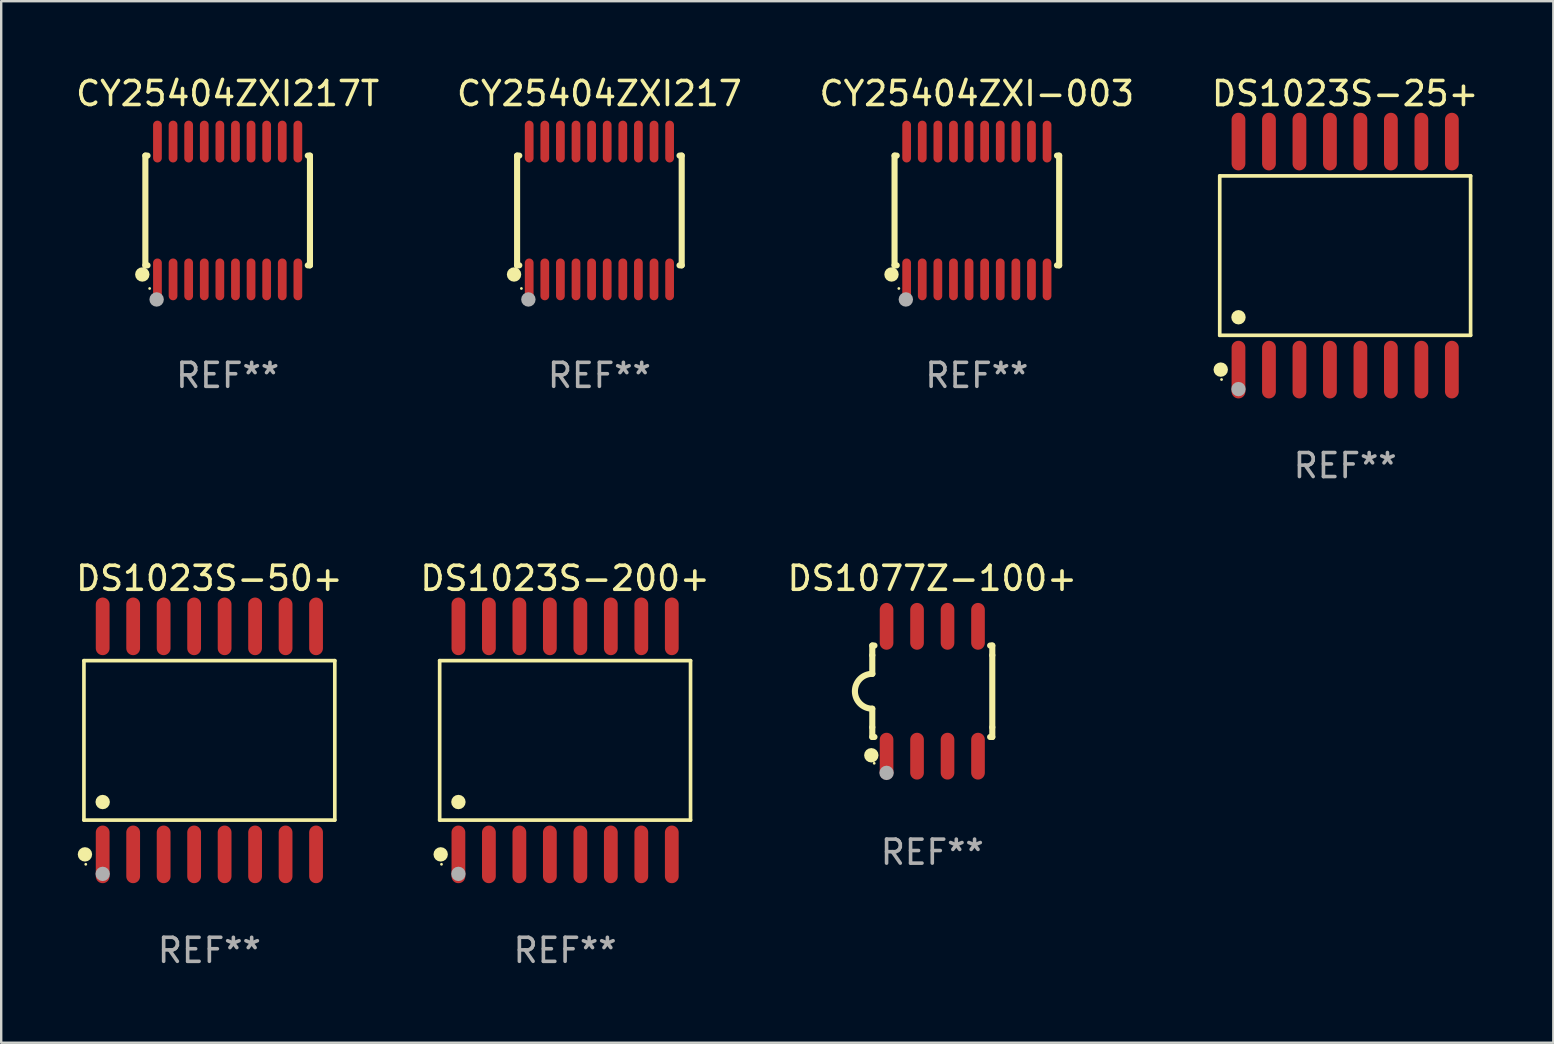
<source format=kicad_pcb>
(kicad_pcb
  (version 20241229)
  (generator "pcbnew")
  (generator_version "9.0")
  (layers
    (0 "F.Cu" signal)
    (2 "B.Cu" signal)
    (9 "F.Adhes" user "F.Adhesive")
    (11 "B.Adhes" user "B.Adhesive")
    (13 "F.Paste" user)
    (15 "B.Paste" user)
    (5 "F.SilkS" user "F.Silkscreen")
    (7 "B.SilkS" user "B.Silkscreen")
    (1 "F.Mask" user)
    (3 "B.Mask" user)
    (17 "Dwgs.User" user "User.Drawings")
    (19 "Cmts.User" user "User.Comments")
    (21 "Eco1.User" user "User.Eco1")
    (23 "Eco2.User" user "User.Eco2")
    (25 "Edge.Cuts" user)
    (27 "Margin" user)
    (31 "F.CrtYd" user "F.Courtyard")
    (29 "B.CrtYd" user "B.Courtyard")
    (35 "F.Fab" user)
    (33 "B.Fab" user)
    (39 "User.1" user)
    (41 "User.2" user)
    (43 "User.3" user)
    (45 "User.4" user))
  (footprint "CY25404ZXI217"
    (layer "F.Cu")
    (at 21.923 5.719)
    (property "Reference" "CY25404ZXI217" (at 0 -4.871 0) (layer "F.SilkS") (effects (font (size 1 1) (thickness 0.15))))
    (attr through_hole)
    (fp_line (start -3.429 -2.286) (end -3.429 2.286) (stroke (width 0.254) (type solid)) (layer "F.SilkS"))
    (fp_line (start -3.429 2.286) (end -3.338 2.286) (stroke (width 0.254) (type solid)) (layer "F.SilkS"))
    (fp_line (start -3.338 -2.286) (end -3.429 -2.286) (stroke (width 0.254) (type solid)) (layer "F.SilkS"))
    (fp_line (start 3.338 -2.286) (end 3.429 -2.286) (stroke (width 0.254) (type solid)) (layer "F.SilkS"))
    (fp_line (start 3.429 -2.286) (end 3.429 2.286) (stroke (width 0.254) (type solid)) (layer "F.SilkS"))
    (fp_line (start 3.429 2.286) (end 3.338 2.286) (stroke (width 0.254) (type solid)) (layer "F.SilkS"))
    (fp_circle (center -3.556 2.667) (end -3.406 2.667) (stroke (width 0.3) (type solid)) (fill no) (layer "F.SilkS"))
    (fp_circle (center -3.25 3.25) (end -3.22 3.25) (stroke (width 0.06) (type solid)) (fill no) (layer "F.SilkS"))
    (fp_circle (center -2.959 3.707) (end -2.808 3.707) (stroke (width 0.3) (type solid)) (fill no) (layer "F.Fab"))
    (fp_text user "REF**" (at 0 6.871 0) (layer "F.Fab") (effects (font (size 1 1) (thickness 0.15))))
    (pad "1" smd oval (at -2.925 2.871) (size 0.364 1.742) (layers "F.Cu" "F.Mask" "F.Paste"))
    (pad "2" smd oval (at -2.275 2.871) (size 0.364 1.742) (layers "F.Cu" "F.Mask" "F.Paste"))
    (pad "3" smd oval (at -1.625 2.871) (size 0.364 1.742) (layers "F.Cu" "F.Mask" "F.Paste"))
    (pad "4" smd oval (at -0.975 2.871) (size 0.364 1.742) (layers "F.Cu" "F.Mask" "F.Paste"))
    (pad "5" smd oval (at -0.325 2.871) (size 0.364 1.742) (layers "F.Cu" "F.Mask" "F.Paste"))
    (pad "6" smd oval (at 0.325 2.871) (size 0.364 1.742) (layers "F.Cu" "F.Mask" "F.Paste"))
    (pad "7" smd oval (at 0.975 2.871) (size 0.364 1.742) (layers "F.Cu" "F.Mask" "F.Paste"))
    (pad "8" smd oval (at 1.625 2.871) (size 0.364 1.742) (layers "F.Cu" "F.Mask" "F.Paste"))
    (pad "9" smd oval (at 2.275 2.871) (size 0.364 1.742) (layers "F.Cu" "F.Mask" "F.Paste"))
    (pad "10" smd oval (at 2.925 2.871) (size 0.364 1.742) (layers "F.Cu" "F.Mask" "F.Paste"))
    (pad "11" smd oval (at 2.925 -2.871) (size 0.364 1.742) (layers "F.Cu" "F.Mask" "F.Paste"))
    (pad "12" smd oval (at 2.275 -2.871) (size 0.364 1.742) (layers "F.Cu" "F.Mask" "F.Paste"))
    (pad "13" smd oval (at 1.625 -2.871) (size 0.364 1.742) (layers "F.Cu" "F.Mask" "F.Paste"))
    (pad "14" smd oval (at 0.975 -2.871) (size 0.364 1.742) (layers "F.Cu" "F.Mask" "F.Paste"))
    (pad "15" smd oval (at 0.325 -2.871) (size 0.364 1.742) (layers "F.Cu" "F.Mask" "F.Paste"))
    (pad "16" smd oval (at -0.325 -2.871) (size 0.364 1.742) (layers "F.Cu" "F.Mask" "F.Paste"))
    (pad "17" smd oval (at -0.975 -2.871) (size 0.364 1.742) (layers "F.Cu" "F.Mask" "F.Paste"))
    (pad "18" smd oval (at -1.625 -2.871) (size 0.364 1.742) (layers "F.Cu" "F.Mask" "F.Paste"))
    (pad "19" smd oval (at -2.275 -2.871) (size 0.364 1.742) (layers "F.Cu" "F.Mask" "F.Paste"))
    (pad "20" smd oval (at -2.925 -2.871) (size 0.364 1.742) (layers "F.Cu" "F.Mask" "F.Paste")))
  (footprint "CY25404ZXI-003"
    (layer "F.Cu")
    (at 37.649 5.719)
    (property "Reference" "CY25404ZXI-003" (at 0 -4.871 0) (layer "F.SilkS") (effects (font (size 1 1) (thickness 0.15))))
    (attr through_hole)
    (fp_line (start -3.429 -2.286) (end -3.429 2.286) (stroke (width 0.254) (type solid)) (layer "F.SilkS"))
    (fp_line (start -3.429 2.286) (end -3.338 2.286) (stroke (width 0.254) (type solid)) (layer "F.SilkS"))
    (fp_line (start -3.338 -2.286) (end -3.429 -2.286) (stroke (width 0.254) (type solid)) (layer "F.SilkS"))
    (fp_line (start 3.338 -2.286) (end 3.429 -2.286) (stroke (width 0.254) (type solid)) (layer "F.SilkS"))
    (fp_line (start 3.429 -2.286) (end 3.429 2.286) (stroke (width 0.254) (type solid)) (layer "F.SilkS"))
    (fp_line (start 3.429 2.286) (end 3.338 2.286) (stroke (width 0.254) (type solid)) (layer "F.SilkS"))
    (fp_circle (center -3.556 2.667) (end -3.406 2.667) (stroke (width 0.3) (type solid)) (fill no) (layer "F.SilkS"))
    (fp_circle (center -3.25 3.25) (end -3.22 3.25) (stroke (width 0.06) (type solid)) (fill no) (layer "F.SilkS"))
    (fp_circle (center -2.959 3.707) (end -2.808 3.707) (stroke (width 0.3) (type solid)) (fill no) (layer "F.Fab"))
    (fp_text user "REF**" (at 0 6.871 0) (layer "F.Fab") (effects (font (size 1 1) (thickness 0.15))))
    (pad "1" smd oval (at -2.925 2.871) (size 0.364 1.742) (layers "F.Cu" "F.Mask" "F.Paste"))
    (pad "2" smd oval (at -2.275 2.871) (size 0.364 1.742) (layers "F.Cu" "F.Mask" "F.Paste"))
    (pad "3" smd oval (at -1.625 2.871) (size 0.364 1.742) (layers "F.Cu" "F.Mask" "F.Paste"))
    (pad "4" smd oval (at -0.975 2.871) (size 0.364 1.742) (layers "F.Cu" "F.Mask" "F.Paste"))
    (pad "5" smd oval (at -0.325 2.871) (size 0.364 1.742) (layers "F.Cu" "F.Mask" "F.Paste"))
    (pad "6" smd oval (at 0.325 2.871) (size 0.364 1.742) (layers "F.Cu" "F.Mask" "F.Paste"))
    (pad "7" smd oval (at 0.975 2.871) (size 0.364 1.742) (layers "F.Cu" "F.Mask" "F.Paste"))
    (pad "8" smd oval (at 1.625 2.871) (size 0.364 1.742) (layers "F.Cu" "F.Mask" "F.Paste"))
    (pad "9" smd oval (at 2.275 2.871) (size 0.364 1.742) (layers "F.Cu" "F.Mask" "F.Paste"))
    (pad "10" smd oval (at 2.925 2.871) (size 0.364 1.742) (layers "F.Cu" "F.Mask" "F.Paste"))
    (pad "11" smd oval (at 2.925 -2.871) (size 0.364 1.742) (layers "F.Cu" "F.Mask" "F.Paste"))
    (pad "12" smd oval (at 2.275 -2.871) (size 0.364 1.742) (layers "F.Cu" "F.Mask" "F.Paste"))
    (pad "13" smd oval (at 1.625 -2.871) (size 0.364 1.742) (layers "F.Cu" "F.Mask" "F.Paste"))
    (pad "14" smd oval (at 0.975 -2.871) (size 0.364 1.742) (layers "F.Cu" "F.Mask" "F.Paste"))
    (pad "15" smd oval (at 0.325 -2.871) (size 0.364 1.742) (layers "F.Cu" "F.Mask" "F.Paste"))
    (pad "16" smd oval (at -0.325 -2.871) (size 0.364 1.742) (layers "F.Cu" "F.Mask" "F.Paste"))
    (pad "17" smd oval (at -0.975 -2.871) (size 0.364 1.742) (layers "F.Cu" "F.Mask" "F.Paste"))
    (pad "18" smd oval (at -1.625 -2.871) (size 0.364 1.742) (layers "F.Cu" "F.Mask" "F.Paste"))
    (pad "19" smd oval (at -2.275 -2.871) (size 0.364 1.742) (layers "F.Cu" "F.Mask" "F.Paste"))
    (pad "20" smd oval (at -2.925 -2.871) (size 0.364 1.742) (layers "F.Cu" "F.Mask" "F.Paste")))
  (footprint "DS1023S-50+"
    (layer "F.Cu")
    (at 5.673 27.796)
    (property "Reference" "DS1023S-50+" (at 0 -6.75 0) (layer "F.SilkS") (effects (font (size 1 1) (thickness 0.15))))
    (attr through_hole)
    (fp_line (start -5.226 -3.321) (end 5.226 -3.321) (stroke (width 0.152) (type solid)) (layer "F.SilkS"))
    (fp_line (start -5.226 3.321) (end -5.226 -3.321) (stroke (width 0.152) (type solid)) (layer "F.SilkS"))
    (fp_line (start 5.226 -3.321) (end 5.226 3.321) (stroke (width 0.152) (type solid)) (layer "F.SilkS"))
    (fp_line (start 5.226 3.321) (end -5.226 3.321) (stroke (width 0.152) (type solid)) (layer "F.SilkS"))
    (fp_circle (center -5.184 4.75) (end -5.034 4.75) (stroke (width 0.3) (type solid)) (fill no) (layer "F.SilkS"))
    (fp_circle (center -5.15 5.163) (end -5.12 5.163) (stroke (width 0.06) (type solid)) (fill no) (layer "F.SilkS"))
    (fp_circle (center -4.445 2.569) (end -4.295 2.569) (stroke (width 0.3) (type solid)) (fill no) (layer "F.SilkS"))
    (fp_circle (center -4.445 5.563) (end -4.295 5.563) (stroke (width 0.3) (type solid)) (fill no) (layer "F.Fab"))
    (fp_text user "REF**" (at 0 8.75 0) (layer "F.Fab") (effects (font (size 1 1) (thickness 0.15))))
    (pad "1" smd oval (at -4.445 4.75) (size 0.574 2.401) (layers "F.Cu" "F.Mask" "F.Paste"))
    (pad "2" smd oval (at -3.175 4.75) (size 0.574 2.401) (layers "F.Cu" "F.Mask" "F.Paste"))
    (pad "3" smd oval (at -1.905 4.75) (size 0.574 2.401) (layers "F.Cu" "F.Mask" "F.Paste"))
    (pad "4" smd oval (at -0.635 4.75) (size 0.574 2.401) (layers "F.Cu" "F.Mask" "F.Paste"))
    (pad "5" smd oval (at 0.635 4.75) (size 0.574 2.401) (layers "F.Cu" "F.Mask" "F.Paste"))
    (pad "6" smd oval (at 1.905 4.75) (size 0.574 2.401) (layers "F.Cu" "F.Mask" "F.Paste"))
    (pad "7" smd oval (at 3.175 4.75) (size 0.574 2.401) (layers "F.Cu" "F.Mask" "F.Paste"))
    (pad "8" smd oval (at 4.445 4.75) (size 0.574 2.401) (layers "F.Cu" "F.Mask" "F.Paste"))
    (pad "9" smd oval (at 4.445 -4.75) (size 0.574 2.401) (layers "F.Cu" "F.Mask" "F.Paste"))
    (pad "10" smd oval (at 3.175 -4.75) (size 0.574 2.401) (layers "F.Cu" "F.Mask" "F.Paste"))
    (pad "11" smd oval (at 1.905 -4.75) (size 0.574 2.401) (layers "F.Cu" "F.Mask" "F.Paste"))
    (pad "12" smd oval (at 0.635 -4.75) (size 0.574 2.401) (layers "F.Cu" "F.Mask" "F.Paste"))
    (pad "13" smd oval (at -0.635 -4.75) (size 0.574 2.401) (layers "F.Cu" "F.Mask" "F.Paste"))
    (pad "14" smd oval (at -1.905 -4.75) (size 0.574 2.401) (layers "F.Cu" "F.Mask" "F.Paste"))
    (pad "15" smd oval (at -3.175 -4.75) (size 0.574 2.401) (layers "F.Cu" "F.Mask" "F.Paste"))
    (pad "16" smd oval (at -4.445 -4.75) (size 0.574 2.401) (layers "F.Cu" "F.Mask" "F.Paste")))
  (footprint "CY25404ZXI217T"
    (layer "F.Cu")
    (at 6.435 5.719)
    (property "Reference" "CY25404ZXI217T" (at 0 -4.871 0) (layer "F.SilkS") (effects (font (size 1 1) (thickness 0.15))))
    (attr through_hole)
    (fp_line (start -3.429 -2.286) (end -3.429 2.286) (stroke (width 0.254) (type solid)) (layer "F.SilkS"))
    (fp_line (start -3.429 2.286) (end -3.338 2.286) (stroke (width 0.254) (type solid)) (layer "F.SilkS"))
    (fp_line (start -3.338 -2.286) (end -3.429 -2.286) (stroke (width 0.254) (type solid)) (layer "F.SilkS"))
    (fp_line (start 3.338 -2.286) (end 3.429 -2.286) (stroke (width 0.254) (type solid)) (layer "F.SilkS"))
    (fp_line (start 3.429 -2.286) (end 3.429 2.286) (stroke (width 0.254) (type solid)) (layer "F.SilkS"))
    (fp_line (start 3.429 2.286) (end 3.338 2.286) (stroke (width 0.254) (type solid)) (layer "F.SilkS"))
    (fp_circle (center -3.556 2.667) (end -3.406 2.667) (stroke (width 0.3) (type solid)) (fill no) (layer "F.SilkS"))
    (fp_circle (center -3.25 3.25) (end -3.22 3.25) (stroke (width 0.06) (type solid)) (fill no) (layer "F.SilkS"))
    (fp_circle (center -2.959 3.707) (end -2.808 3.707) (stroke (width 0.3) (type solid)) (fill no) (layer "F.Fab"))
    (fp_text user "REF**" (at 0 6.871 0) (layer "F.Fab") (effects (font (size 1 1) (thickness 0.15))))
    (pad "1" smd oval (at -2.925 2.871) (size 0.364 1.742) (layers "F.Cu" "F.Mask" "F.Paste"))
    (pad "2" smd oval (at -2.275 2.871) (size 0.364 1.742) (layers "F.Cu" "F.Mask" "F.Paste"))
    (pad "3" smd oval (at -1.625 2.871) (size 0.364 1.742) (layers "F.Cu" "F.Mask" "F.Paste"))
    (pad "4" smd oval (at -0.975 2.871) (size 0.364 1.742) (layers "F.Cu" "F.Mask" "F.Paste"))
    (pad "5" smd oval (at -0.325 2.871) (size 0.364 1.742) (layers "F.Cu" "F.Mask" "F.Paste"))
    (pad "6" smd oval (at 0.325 2.871) (size 0.364 1.742) (layers "F.Cu" "F.Mask" "F.Paste"))
    (pad "7" smd oval (at 0.975 2.871) (size 0.364 1.742) (layers "F.Cu" "F.Mask" "F.Paste"))
    (pad "8" smd oval (at 1.625 2.871) (size 0.364 1.742) (layers "F.Cu" "F.Mask" "F.Paste"))
    (pad "9" smd oval (at 2.275 2.871) (size 0.364 1.742) (layers "F.Cu" "F.Mask" "F.Paste"))
    (pad "10" smd oval (at 2.925 2.871) (size 0.364 1.742) (layers "F.Cu" "F.Mask" "F.Paste"))
    (pad "11" smd oval (at 2.925 -2.871) (size 0.364 1.742) (layers "F.Cu" "F.Mask" "F.Paste"))
    (pad "12" smd oval (at 2.275 -2.871) (size 0.364 1.742) (layers "F.Cu" "F.Mask" "F.Paste"))
    (pad "13" smd oval (at 1.625 -2.871) (size 0.364 1.742) (layers "F.Cu" "F.Mask" "F.Paste"))
    (pad "14" smd oval (at 0.975 -2.871) (size 0.364 1.742) (layers "F.Cu" "F.Mask" "F.Paste"))
    (pad "15" smd oval (at 0.325 -2.871) (size 0.364 1.742) (layers "F.Cu" "F.Mask" "F.Paste"))
    (pad "16" smd oval (at -0.325 -2.871) (size 0.364 1.742) (layers "F.Cu" "F.Mask" "F.Paste"))
    (pad "17" smd oval (at -0.975 -2.871) (size 0.364 1.742) (layers "F.Cu" "F.Mask" "F.Paste"))
    (pad "18" smd oval (at -1.625 -2.871) (size 0.364 1.742) (layers "F.Cu" "F.Mask" "F.Paste"))
    (pad "19" smd oval (at -2.275 -2.871) (size 0.364 1.742) (layers "F.Cu" "F.Mask" "F.Paste"))
    (pad "20" smd oval (at -2.925 -2.871) (size 0.364 1.742) (layers "F.Cu" "F.Mask" "F.Paste")))
  (footprint "DS1023S-25+"
    (layer "F.Cu")
    (at 52.994 7.599)
    (property "Reference" "DS1023S-25+" (at 0 -6.75 0) (layer "F.SilkS") (effects (font (size 1 1) (thickness 0.15))))
    (attr through_hole)
    (fp_line (start -5.226 -3.321) (end 5.226 -3.321) (stroke (width 0.152) (type solid)) (layer "F.SilkS"))
    (fp_line (start -5.226 3.321) (end -5.226 -3.321) (stroke (width 0.152) (type solid)) (layer "F.SilkS"))
    (fp_line (start 5.226 -3.321) (end 5.226 3.321) (stroke (width 0.152) (type solid)) (layer "F.SilkS"))
    (fp_line (start 5.226 3.321) (end -5.226 3.321) (stroke (width 0.152) (type solid)) (layer "F.SilkS"))
    (fp_circle (center -5.184 4.75) (end -5.034 4.75) (stroke (width 0.3) (type solid)) (fill no) (layer "F.SilkS"))
    (fp_circle (center -5.15 5.163) (end -5.12 5.163) (stroke (width 0.06) (type solid)) (fill no) (layer "F.SilkS"))
    (fp_circle (center -4.445 2.569) (end -4.295 2.569) (stroke (width 0.3) (type solid)) (fill no) (layer "F.SilkS"))
    (fp_circle (center -4.445 5.563) (end -4.295 5.563) (stroke (width 0.3) (type solid)) (fill no) (layer "F.Fab"))
    (fp_text user "REF**" (at 0 8.75 0) (layer "F.Fab") (effects (font (size 1 1) (thickness 0.15))))
    (pad "1" smd oval (at -4.445 4.75) (size 0.574 2.401) (layers "F.Cu" "F.Mask" "F.Paste"))
    (pad "2" smd oval (at -3.175 4.75) (size 0.574 2.401) (layers "F.Cu" "F.Mask" "F.Paste"))
    (pad "3" smd oval (at -1.905 4.75) (size 0.574 2.401) (layers "F.Cu" "F.Mask" "F.Paste"))
    (pad "4" smd oval (at -0.635 4.75) (size 0.574 2.401) (layers "F.Cu" "F.Mask" "F.Paste"))
    (pad "5" smd oval (at 0.635 4.75) (size 0.574 2.401) (layers "F.Cu" "F.Mask" "F.Paste"))
    (pad "6" smd oval (at 1.905 4.75) (size 0.574 2.401) (layers "F.Cu" "F.Mask" "F.Paste"))
    (pad "7" smd oval (at 3.175 4.75) (size 0.574 2.401) (layers "F.Cu" "F.Mask" "F.Paste"))
    (pad "8" smd oval (at 4.445 4.75) (size 0.574 2.401) (layers "F.Cu" "F.Mask" "F.Paste"))
    (pad "9" smd oval (at 4.445 -4.75) (size 0.574 2.401) (layers "F.Cu" "F.Mask" "F.Paste"))
    (pad "10" smd oval (at 3.175 -4.75) (size 0.574 2.401) (layers "F.Cu" "F.Mask" "F.Paste"))
    (pad "11" smd oval (at 1.905 -4.75) (size 0.574 2.401) (layers "F.Cu" "F.Mask" "F.Paste"))
    (pad "12" smd oval (at 0.635 -4.75) (size 0.574 2.401) (layers "F.Cu" "F.Mask" "F.Paste"))
    (pad "13" smd oval (at -0.635 -4.75) (size 0.574 2.401) (layers "F.Cu" "F.Mask" "F.Paste"))
    (pad "14" smd oval (at -1.905 -4.75) (size 0.574 2.401) (layers "F.Cu" "F.Mask" "F.Paste"))
    (pad "15" smd oval (at -3.175 -4.75) (size 0.574 2.401) (layers "F.Cu" "F.Mask" "F.Paste"))
    (pad "16" smd oval (at -4.445 -4.75) (size 0.574 2.401) (layers "F.Cu" "F.Mask" "F.Paste")))
  (footprint "DS1023S-200+"
    (layer "F.Cu")
    (at 20.494 27.796)
    (property "Reference" "DS1023S-200+" (at 0 -6.75 0) (layer "F.SilkS") (effects (font (size 1 1) (thickness 0.15))))
    (attr through_hole)
    (fp_line (start -5.226 -3.321) (end 5.226 -3.321) (stroke (width 0.152) (type solid)) (layer "F.SilkS"))
    (fp_line (start -5.226 3.321) (end -5.226 -3.321) (stroke (width 0.152) (type solid)) (layer "F.SilkS"))
    (fp_line (start 5.226 -3.321) (end 5.226 3.321) (stroke (width 0.152) (type solid)) (layer "F.SilkS"))
    (fp_line (start 5.226 3.321) (end -5.226 3.321) (stroke (width 0.152) (type solid)) (layer "F.SilkS"))
    (fp_circle (center -5.184 4.75) (end -5.034 4.75) (stroke (width 0.3) (type solid)) (fill no) (layer "F.SilkS"))
    (fp_circle (center -5.15 5.163) (end -5.12 5.163) (stroke (width 0.06) (type solid)) (fill no) (layer "F.SilkS"))
    (fp_circle (center -4.445 2.569) (end -4.295 2.569) (stroke (width 0.3) (type solid)) (fill no) (layer "F.SilkS"))
    (fp_circle (center -4.445 5.563) (end -4.295 5.563) (stroke (width 0.3) (type solid)) (fill no) (layer "F.Fab"))
    (fp_text user "REF**" (at 0 8.75 0) (layer "F.Fab") (effects (font (size 1 1) (thickness 0.15))))
    (pad "1" smd oval (at -4.445 4.75) (size 0.574 2.401) (layers "F.Cu" "F.Mask" "F.Paste"))
    (pad "2" smd oval (at -3.175 4.75) (size 0.574 2.401) (layers "F.Cu" "F.Mask" "F.Paste"))
    (pad "3" smd oval (at -1.905 4.75) (size 0.574 2.401) (layers "F.Cu" "F.Mask" "F.Paste"))
    (pad "4" smd oval (at -0.635 4.75) (size 0.574 2.401) (layers "F.Cu" "F.Mask" "F.Paste"))
    (pad "5" smd oval (at 0.635 4.75) (size 0.574 2.401) (layers "F.Cu" "F.Mask" "F.Paste"))
    (pad "6" smd oval (at 1.905 4.75) (size 0.574 2.401) (layers "F.Cu" "F.Mask" "F.Paste"))
    (pad "7" smd oval (at 3.175 4.75) (size 0.574 2.401) (layers "F.Cu" "F.Mask" "F.Paste"))
    (pad "8" smd oval (at 4.445 4.75) (size 0.574 2.401) (layers "F.Cu" "F.Mask" "F.Paste"))
    (pad "9" smd oval (at 4.445 -4.75) (size 0.574 2.401) (layers "F.Cu" "F.Mask" "F.Paste"))
    (pad "10" smd oval (at 3.175 -4.75) (size 0.574 2.401) (layers "F.Cu" "F.Mask" "F.Paste"))
    (pad "11" smd oval (at 1.905 -4.75) (size 0.574 2.401) (layers "F.Cu" "F.Mask" "F.Paste"))
    (pad "12" smd oval (at 0.635 -4.75) (size 0.574 2.401) (layers "F.Cu" "F.Mask" "F.Paste"))
    (pad "13" smd oval (at -0.635 -4.75) (size 0.574 2.401) (layers "F.Cu" "F.Mask" "F.Paste"))
    (pad "14" smd oval (at -1.905 -4.75) (size 0.574 2.401) (layers "F.Cu" "F.Mask" "F.Paste"))
    (pad "15" smd oval (at -3.175 -4.75) (size 0.574 2.401) (layers "F.Cu" "F.Mask" "F.Paste"))
    (pad "16" smd oval (at -4.445 -4.75) (size 0.574 2.401) (layers "F.Cu" "F.Mask" "F.Paste")))
  (footprint "DS1077Z-100+"
    (layer "F.Cu")
    (at 35.792 25.75)
    (property "Reference" "DS1077Z-100+" (at 0 -4.705 0) (layer "F.SilkS") (effects (font (size 1 1) (thickness 0.15))))
    (attr through_hole)
    (fp_line (start -2.5 -1.905) (end -2.409 -1.905) (stroke (width 0.254) (type solid)) (layer "F.SilkS"))
    (fp_line (start -2.5 -1.5) (end -2.5 -1.905) (stroke (width 0.254) (type solid)) (layer "F.SilkS"))
    (fp_line (start -2.5 -1.5) (end -2.5 -0.726) (stroke (width 0.254) (type solid)) (layer "F.SilkS"))
    (fp_line (start -2.5 1.5) (end -2.5 0.727) (stroke (width 0.254) (type solid)) (layer "F.SilkS"))
    (fp_line (start -2.5 1.5) (end -2.5 1.905) (stroke (width 0.254) (type solid)) (layer "F.SilkS"))
    (fp_line (start -2.5 1.905) (end -2.409 1.905) (stroke (width 0.254) (type solid)) (layer "F.SilkS"))
    (fp_line (start 2.5 -1.905) (end 2.409 -1.905) (stroke (width 0.254) (type solid)) (layer "F.SilkS"))
    (fp_line (start 2.5 -1.5) (end 2.5 -1.905) (stroke (width 0.254) (type solid)) (layer "F.SilkS"))
    (fp_line (start 2.5 -1.5) (end 2.5 1.5) (stroke (width 0.254) (type solid)) (layer "F.SilkS"))
    (fp_line (start 2.5 1.5) (end 2.5 1.905) (stroke (width 0.254) (type solid)) (layer "F.SilkS"))
    (fp_line (start 2.5 1.905) (end 2.409 1.905) (stroke (width 0.254) (type solid)) (layer "F.SilkS"))
    (fp_arc (start -2.5 0.726568) (mid -3.220316 -0.0023) (end -2.495097 -0.726289) (stroke (width 0.254001) (type solid)) (layer "F.SilkS"))
    (fp_circle (center -2.54 2.667) (end -2.39 2.667) (stroke (width 0.3) (type solid)) (fill no) (layer "F.SilkS"))
    (fp_circle (center -2.42 3) (end -2.39 3) (stroke (width 0.06) (type solid)) (fill no) (layer "F.SilkS"))
    (fp_circle (center -1.905 3.4) (end -1.755 3.4) (stroke (width 0.3) (type solid)) (fill no) (layer "F.Fab"))
    (fp_text user "REF**" (at 0 6.705 0) (layer "F.Fab") (effects (font (size 1 1) (thickness 0.15))))
    (pad "1" smd oval (at -1.905 2.705) (size 0.568 1.95) (layers "F.Cu" "F.Mask" "F.Paste"))
    (pad "2" smd oval (at -0.635 2.705) (size 0.568 1.95) (layers "F.Cu" "F.Mask" "F.Paste"))
    (pad "3" smd oval (at 0.635 2.705) (size 0.568 1.95) (layers "F.Cu" "F.Mask" "F.Paste"))
    (pad "4" smd oval (at 1.905 2.705) (size 0.568 1.95) (layers "F.Cu" "F.Mask" "F.Paste"))
    (pad "5" smd oval (at 1.905 -2.705) (size 0.568 1.95) (layers "F.Cu" "F.Mask" "F.Paste"))
    (pad "6" smd oval (at 0.635 -2.705) (size 0.568 1.95) (layers "F.Cu" "F.Mask" "F.Paste"))
    (pad "7" smd oval (at -0.635 -2.705) (size 0.568 1.95) (layers "F.Cu" "F.Mask" "F.Paste"))
    (pad "8" smd oval (at -1.905 -2.705) (size 0.568 1.95) (layers "F.Cu" "F.Mask" "F.Paste")))
  (gr_rect
    (start -3 -3)
    (end 61.667 40.394)
    (stroke (width 0.1) (type default))
    (fill no)
    (layer "Edge.Cuts")))
</source>
